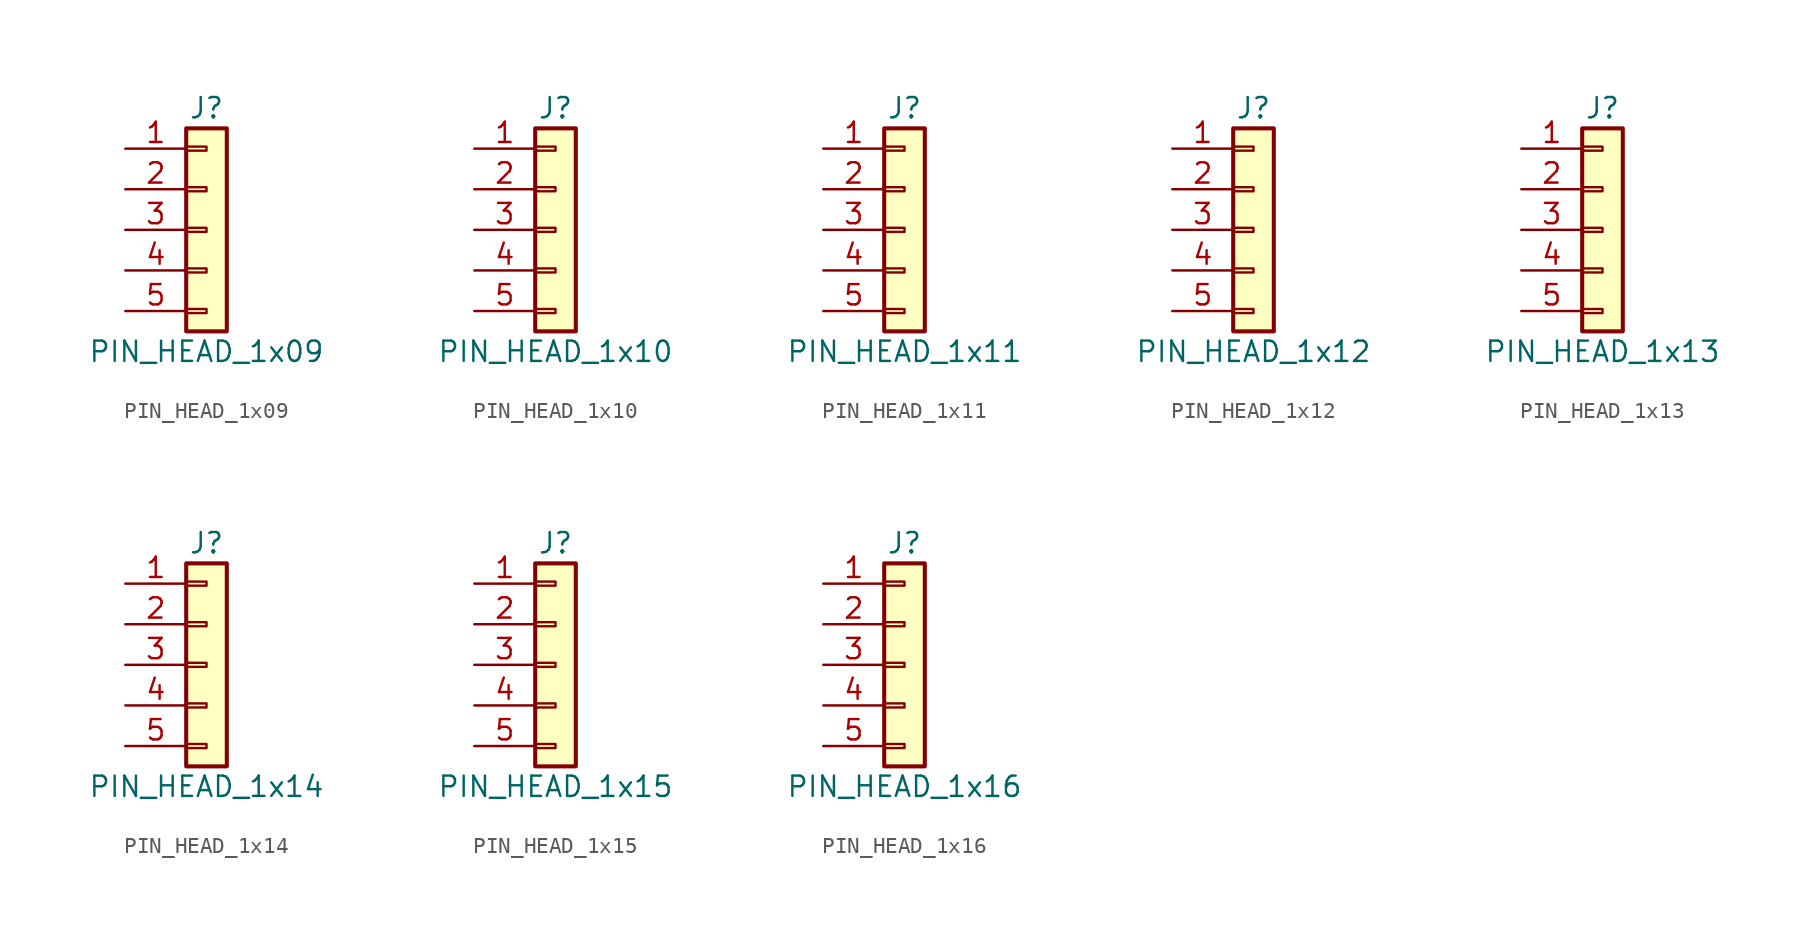
<source format=kicad_sym>
(kicad_symbol_lib
  (version 20211014)
  (generator kicad_symbol_editor)
  (symbol "PIN_HEAD_1x09"
    (pin_names
      (offset 1.016) hide)
    (property "Reference" "J"
      (at 0 7.62 0)
      (effects (font (size 1.27 1.27))))
    (property "Value" "PIN_HEAD_1x09"
      (at 0 -7.62 0)
      (effects (font (size 1.27 1.27))))
    (symbol "PIN_HEAD_1x09_1_1"
      (rectangle (start -1.27 -4.953) (end 0 -5.207) (stroke (width 0.152) (type default) (color 0 0 0 0)) (fill (type none)))
      (rectangle (start -1.27 -2.413) (end 0 -2.667) (stroke (width 0.152) (type default) (color 0 0 0 0)) (fill (type none)))
      (rectangle (start -1.27 0.127) (end 0 -0.127) (stroke (width 0.152) (type default) (color 0 0 0 0)) (fill (type none)))
      (rectangle (start -1.27 2.667) (end 0 2.413) (stroke (width 0.152) (type default) (color 0 0 0 0)) (fill (type none)))
      (rectangle (start -1.27 5.207) (end 0 4.953) (stroke (width 0.152) (type default) (color 0 0 0 0)) (fill (type none)))
      (rectangle (start -1.27 6.35) (end 1.27 -6.35) (stroke (width 0.254) (type default) (color 0 0 0 0)) (fill (type background)))
      (pin passive line (at -5.08 5.08 0) (length 3.81) (name "Pin_1" (effects (font (size 1.27 1.27)))) (number "1" (effects (font (size 1.27 1.27)))))
      (pin passive line (at -5.08 2.54 0) (length 3.81) (name "Pin_2" (effects (font (size 1.27 1.27)))) (number "2" (effects (font (size 1.27 1.27)))))
      (pin passive line (at -5.08 0 0) (length 3.81) (name "Pin_3" (effects (font (size 1.27 1.27)))) (number "3" (effects (font (size 1.27 1.27)))))
      (pin passive line (at -5.08 -2.54 0) (length 3.81) (name "Pin_4" (effects (font (size 1.27 1.27)))) (number "4" (effects (font (size 1.27 1.27)))))
      (pin passive line (at -5.08 -5.08 0) (length 3.81) (name "Pin_5" (effects (font (size 1.27 1.27)))) (number "5" (effects (font (size 1.27 1.27)))))))
  (symbol "PIN_HEAD_1x10"
    (pin_names
      (offset 1.016) hide)
    (property "Reference" "J"
      (at 0 7.62 0)
      (effects (font (size 1.27 1.27))))
    (property "Value" "PIN_HEAD_1x10"
      (at 0 -7.62 0)
      (effects (font (size 1.27 1.27))))
    (symbol "PIN_HEAD_1x10_1_1"
      (rectangle (start -1.27 -4.953) (end 0 -5.207) (stroke (width 0.152) (type default) (color 0 0 0 0)) (fill (type none)))
      (rectangle (start -1.27 -2.413) (end 0 -2.667) (stroke (width 0.152) (type default) (color 0 0 0 0)) (fill (type none)))
      (rectangle (start -1.27 0.127) (end 0 -0.127) (stroke (width 0.152) (type default) (color 0 0 0 0)) (fill (type none)))
      (rectangle (start -1.27 2.667) (end 0 2.413) (stroke (width 0.152) (type default) (color 0 0 0 0)) (fill (type none)))
      (rectangle (start -1.27 5.207) (end 0 4.953) (stroke (width 0.152) (type default) (color 0 0 0 0)) (fill (type none)))
      (rectangle (start -1.27 6.35) (end 1.27 -6.35) (stroke (width 0.254) (type default) (color 0 0 0 0)) (fill (type background)))
      (pin passive line (at -5.08 5.08 0) (length 3.81) (name "Pin_1" (effects (font (size 1.27 1.27)))) (number "1" (effects (font (size 1.27 1.27)))))
      (pin passive line (at -5.08 2.54 0) (length 3.81) (name "Pin_2" (effects (font (size 1.27 1.27)))) (number "2" (effects (font (size 1.27 1.27)))))
      (pin passive line (at -5.08 0 0) (length 3.81) (name "Pin_3" (effects (font (size 1.27 1.27)))) (number "3" (effects (font (size 1.27 1.27)))))
      (pin passive line (at -5.08 -2.54 0) (length 3.81) (name "Pin_4" (effects (font (size 1.27 1.27)))) (number "4" (effects (font (size 1.27 1.27)))))
      (pin passive line (at -5.08 -5.08 0) (length 3.81) (name "Pin_5" (effects (font (size 1.27 1.27)))) (number "5" (effects (font (size 1.27 1.27)))))))
  (symbol "PIN_HEAD_1x11"
    (pin_names
      (offset 1.016) hide)
    (property "Reference" "J"
      (at 0 7.62 0)
      (effects (font (size 1.27 1.27))))
    (property "Value" "PIN_HEAD_1x11"
      (at 0 -7.62 0)
      (effects (font (size 1.27 1.27))))
    (symbol "PIN_HEAD_1x11_1_1"
      (rectangle (start -1.27 -4.953) (end 0 -5.207) (stroke (width 0.152) (type default) (color 0 0 0 0)) (fill (type none)))
      (rectangle (start -1.27 -2.413) (end 0 -2.667) (stroke (width 0.152) (type default) (color 0 0 0 0)) (fill (type none)))
      (rectangle (start -1.27 0.127) (end 0 -0.127) (stroke (width 0.152) (type default) (color 0 0 0 0)) (fill (type none)))
      (rectangle (start -1.27 2.667) (end 0 2.413) (stroke (width 0.152) (type default) (color 0 0 0 0)) (fill (type none)))
      (rectangle (start -1.27 5.207) (end 0 4.953) (stroke (width 0.152) (type default) (color 0 0 0 0)) (fill (type none)))
      (rectangle (start -1.27 6.35) (end 1.27 -6.35) (stroke (width 0.254) (type default) (color 0 0 0 0)) (fill (type background)))
      (pin passive line (at -5.08 5.08 0) (length 3.81) (name "Pin_1" (effects (font (size 1.27 1.27)))) (number "1" (effects (font (size 1.27 1.27)))))
      (pin passive line (at -5.08 2.54 0) (length 3.81) (name "Pin_2" (effects (font (size 1.27 1.27)))) (number "2" (effects (font (size 1.27 1.27)))))
      (pin passive line (at -5.08 0 0) (length 3.81) (name "Pin_3" (effects (font (size 1.27 1.27)))) (number "3" (effects (font (size 1.27 1.27)))))
      (pin passive line (at -5.08 -2.54 0) (length 3.81) (name "Pin_4" (effects (font (size 1.27 1.27)))) (number "4" (effects (font (size 1.27 1.27)))))
      (pin passive line (at -5.08 -5.08 0) (length 3.81) (name "Pin_5" (effects (font (size 1.27 1.27)))) (number "5" (effects (font (size 1.27 1.27)))))))
  (symbol "PIN_HEAD_1x12"
    (pin_names
      (offset 1.016) hide)
    (property "Reference" "J"
      (at 0 7.62 0)
      (effects (font (size 1.27 1.27))))
    (property "Value" "PIN_HEAD_1x12"
      (at 0 -7.62 0)
      (effects (font (size 1.27 1.27))))
    (symbol "PIN_HEAD_1x12_1_1"
      (rectangle (start -1.27 -4.953) (end 0 -5.207) (stroke (width 0.152) (type default) (color 0 0 0 0)) (fill (type none)))
      (rectangle (start -1.27 -2.413) (end 0 -2.667) (stroke (width 0.152) (type default) (color 0 0 0 0)) (fill (type none)))
      (rectangle (start -1.27 0.127) (end 0 -0.127) (stroke (width 0.152) (type default) (color 0 0 0 0)) (fill (type none)))
      (rectangle (start -1.27 2.667) (end 0 2.413) (stroke (width 0.152) (type default) (color 0 0 0 0)) (fill (type none)))
      (rectangle (start -1.27 5.207) (end 0 4.953) (stroke (width 0.152) (type default) (color 0 0 0 0)) (fill (type none)))
      (rectangle (start -1.27 6.35) (end 1.27 -6.35) (stroke (width 0.254) (type default) (color 0 0 0 0)) (fill (type background)))
      (pin passive line (at -5.08 5.08 0) (length 3.81) (name "Pin_1" (effects (font (size 1.27 1.27)))) (number "1" (effects (font (size 1.27 1.27)))))
      (pin passive line (at -5.08 2.54 0) (length 3.81) (name "Pin_2" (effects (font (size 1.27 1.27)))) (number "2" (effects (font (size 1.27 1.27)))))
      (pin passive line (at -5.08 0 0) (length 3.81) (name "Pin_3" (effects (font (size 1.27 1.27)))) (number "3" (effects (font (size 1.27 1.27)))))
      (pin passive line (at -5.08 -2.54 0) (length 3.81) (name "Pin_4" (effects (font (size 1.27 1.27)))) (number "4" (effects (font (size 1.27 1.27)))))
      (pin passive line (at -5.08 -5.08 0) (length 3.81) (name "Pin_5" (effects (font (size 1.27 1.27)))) (number "5" (effects (font (size 1.27 1.27)))))))
  (symbol "PIN_HEAD_1x13"
    (pin_names
      (offset 1.016) hide)
    (property "Reference" "J"
      (at 0 7.62 0)
      (effects (font (size 1.27 1.27))))
    (property "Value" "PIN_HEAD_1x13"
      (at 0 -7.62 0)
      (effects (font (size 1.27 1.27))))
    (symbol "PIN_HEAD_1x13_1_1"
      (rectangle (start -1.27 -4.953) (end 0 -5.207) (stroke (width 0.152) (type default) (color 0 0 0 0)) (fill (type none)))
      (rectangle (start -1.27 -2.413) (end 0 -2.667) (stroke (width 0.152) (type default) (color 0 0 0 0)) (fill (type none)))
      (rectangle (start -1.27 0.127) (end 0 -0.127) (stroke (width 0.152) (type default) (color 0 0 0 0)) (fill (type none)))
      (rectangle (start -1.27 2.667) (end 0 2.413) (stroke (width 0.152) (type default) (color 0 0 0 0)) (fill (type none)))
      (rectangle (start -1.27 5.207) (end 0 4.953) (stroke (width 0.152) (type default) (color 0 0 0 0)) (fill (type none)))
      (rectangle (start -1.27 6.35) (end 1.27 -6.35) (stroke (width 0.254) (type default) (color 0 0 0 0)) (fill (type background)))
      (pin passive line (at -5.08 5.08 0) (length 3.81) (name "Pin_1" (effects (font (size 1.27 1.27)))) (number "1" (effects (font (size 1.27 1.27)))))
      (pin passive line (at -5.08 2.54 0) (length 3.81) (name "Pin_2" (effects (font (size 1.27 1.27)))) (number "2" (effects (font (size 1.27 1.27)))))
      (pin passive line (at -5.08 0 0) (length 3.81) (name "Pin_3" (effects (font (size 1.27 1.27)))) (number "3" (effects (font (size 1.27 1.27)))))
      (pin passive line (at -5.08 -2.54 0) (length 3.81) (name "Pin_4" (effects (font (size 1.27 1.27)))) (number "4" (effects (font (size 1.27 1.27)))))
      (pin passive line (at -5.08 -5.08 0) (length 3.81) (name "Pin_5" (effects (font (size 1.27 1.27)))) (number "5" (effects (font (size 1.27 1.27)))))))
  (symbol "PIN_HEAD_1x14"
    (pin_names
      (offset 1.016) hide)
    (property "Reference" "J"
      (at 0 7.62 0)
      (effects (font (size 1.27 1.27))))
    (property "Value" "PIN_HEAD_1x14"
      (at 0 -7.62 0)
      (effects (font (size 1.27 1.27))))
    (symbol "PIN_HEAD_1x14_1_1"
      (rectangle (start -1.27 -4.953) (end 0 -5.207) (stroke (width 0.152) (type default) (color 0 0 0 0)) (fill (type none)))
      (rectangle (start -1.27 -2.413) (end 0 -2.667) (stroke (width 0.152) (type default) (color 0 0 0 0)) (fill (type none)))
      (rectangle (start -1.27 0.127) (end 0 -0.127) (stroke (width 0.152) (type default) (color 0 0 0 0)) (fill (type none)))
      (rectangle (start -1.27 2.667) (end 0 2.413) (stroke (width 0.152) (type default) (color 0 0 0 0)) (fill (type none)))
      (rectangle (start -1.27 5.207) (end 0 4.953) (stroke (width 0.152) (type default) (color 0 0 0 0)) (fill (type none)))
      (rectangle (start -1.27 6.35) (end 1.27 -6.35) (stroke (width 0.254) (type default) (color 0 0 0 0)) (fill (type background)))
      (pin passive line (at -5.08 5.08 0) (length 3.81) (name "Pin_1" (effects (font (size 1.27 1.27)))) (number "1" (effects (font (size 1.27 1.27)))))
      (pin passive line (at -5.08 2.54 0) (length 3.81) (name "Pin_2" (effects (font (size 1.27 1.27)))) (number "2" (effects (font (size 1.27 1.27)))))
      (pin passive line (at -5.08 0 0) (length 3.81) (name "Pin_3" (effects (font (size 1.27 1.27)))) (number "3" (effects (font (size 1.27 1.27)))))
      (pin passive line (at -5.08 -2.54 0) (length 3.81) (name "Pin_4" (effects (font (size 1.27 1.27)))) (number "4" (effects (font (size 1.27 1.27)))))
      (pin passive line (at -5.08 -5.08 0) (length 3.81) (name "Pin_5" (effects (font (size 1.27 1.27)))) (number "5" (effects (font (size 1.27 1.27)))))))
  (symbol "PIN_HEAD_1x15"
    (pin_names
      (offset 1.016) hide)
    (property "Reference" "J"
      (at 0 7.62 0)
      (effects (font (size 1.27 1.27))))
    (property "Value" "PIN_HEAD_1x15"
      (at 0 -7.62 0)
      (effects (font (size 1.27 1.27))))
    (symbol "PIN_HEAD_1x15_1_1"
      (rectangle (start -1.27 -4.953) (end 0 -5.207) (stroke (width 0.152) (type default) (color 0 0 0 0)) (fill (type none)))
      (rectangle (start -1.27 -2.413) (end 0 -2.667) (stroke (width 0.152) (type default) (color 0 0 0 0)) (fill (type none)))
      (rectangle (start -1.27 0.127) (end 0 -0.127) (stroke (width 0.152) (type default) (color 0 0 0 0)) (fill (type none)))
      (rectangle (start -1.27 2.667) (end 0 2.413) (stroke (width 0.152) (type default) (color 0 0 0 0)) (fill (type none)))
      (rectangle (start -1.27 5.207) (end 0 4.953) (stroke (width 0.152) (type default) (color 0 0 0 0)) (fill (type none)))
      (rectangle (start -1.27 6.35) (end 1.27 -6.35) (stroke (width 0.254) (type default) (color 0 0 0 0)) (fill (type background)))
      (pin passive line (at -5.08 5.08 0) (length 3.81) (name "Pin_1" (effects (font (size 1.27 1.27)))) (number "1" (effects (font (size 1.27 1.27)))))
      (pin passive line (at -5.08 2.54 0) (length 3.81) (name "Pin_2" (effects (font (size 1.27 1.27)))) (number "2" (effects (font (size 1.27 1.27)))))
      (pin passive line (at -5.08 0 0) (length 3.81) (name "Pin_3" (effects (font (size 1.27 1.27)))) (number "3" (effects (font (size 1.27 1.27)))))
      (pin passive line (at -5.08 -2.54 0) (length 3.81) (name "Pin_4" (effects (font (size 1.27 1.27)))) (number "4" (effects (font (size 1.27 1.27)))))
      (pin passive line (at -5.08 -5.08 0) (length 3.81) (name "Pin_5" (effects (font (size 1.27 1.27)))) (number "5" (effects (font (size 1.27 1.27)))))))
  (symbol "PIN_HEAD_1x16"
    (pin_names
      (offset 1.016) hide)
    (property "Reference" "J"
      (at 0 7.62 0)
      (effects (font (size 1.27 1.27))))
    (property "Value" "PIN_HEAD_1x16"
      (at 0 -7.62 0)
      (effects (font (size 1.27 1.27))))
    (symbol "PIN_HEAD_1x16_1_1"
      (rectangle (start -1.27 -4.953) (end 0 -5.207) (stroke (width 0.152) (type default) (color 0 0 0 0)) (fill (type none)))
      (rectangle (start -1.27 -2.413) (end 0 -2.667) (stroke (width 0.152) (type default) (color 0 0 0 0)) (fill (type none)))
      (rectangle (start -1.27 0.127) (end 0 -0.127) (stroke (width 0.152) (type default) (color 0 0 0 0)) (fill (type none)))
      (rectangle (start -1.27 2.667) (end 0 2.413) (stroke (width 0.152) (type default) (color 0 0 0 0)) (fill (type none)))
      (rectangle (start -1.27 5.207) (end 0 4.953) (stroke (width 0.152) (type default) (color 0 0 0 0)) (fill (type none)))
      (rectangle (start -1.27 6.35) (end 1.27 -6.35) (stroke (width 0.254) (type default) (color 0 0 0 0)) (fill (type background)))
      (pin passive line (at -5.08 5.08 0) (length 3.81) (name "Pin_1" (effects (font (size 1.27 1.27)))) (number "1" (effects (font (size 1.27 1.27)))))
      (pin passive line (at -5.08 2.54 0) (length 3.81) (name "Pin_2" (effects (font (size 1.27 1.27)))) (number "2" (effects (font (size 1.27 1.27)))))
      (pin passive line (at -5.08 0 0) (length 3.81) (name "Pin_3" (effects (font (size 1.27 1.27)))) (number "3" (effects (font (size 1.27 1.27)))))
      (pin passive line (at -5.08 -2.54 0) (length 3.81) (name "Pin_4" (effects (font (size 1.27 1.27)))) (number "4" (effects (font (size 1.27 1.27)))))
      (pin passive line (at -5.08 -5.08 0) (length 3.81) (name "Pin_5" (effects (font (size 1.27 1.27)))) (number "5" (effects (font (size 1.27 1.27))))))))
</source>
